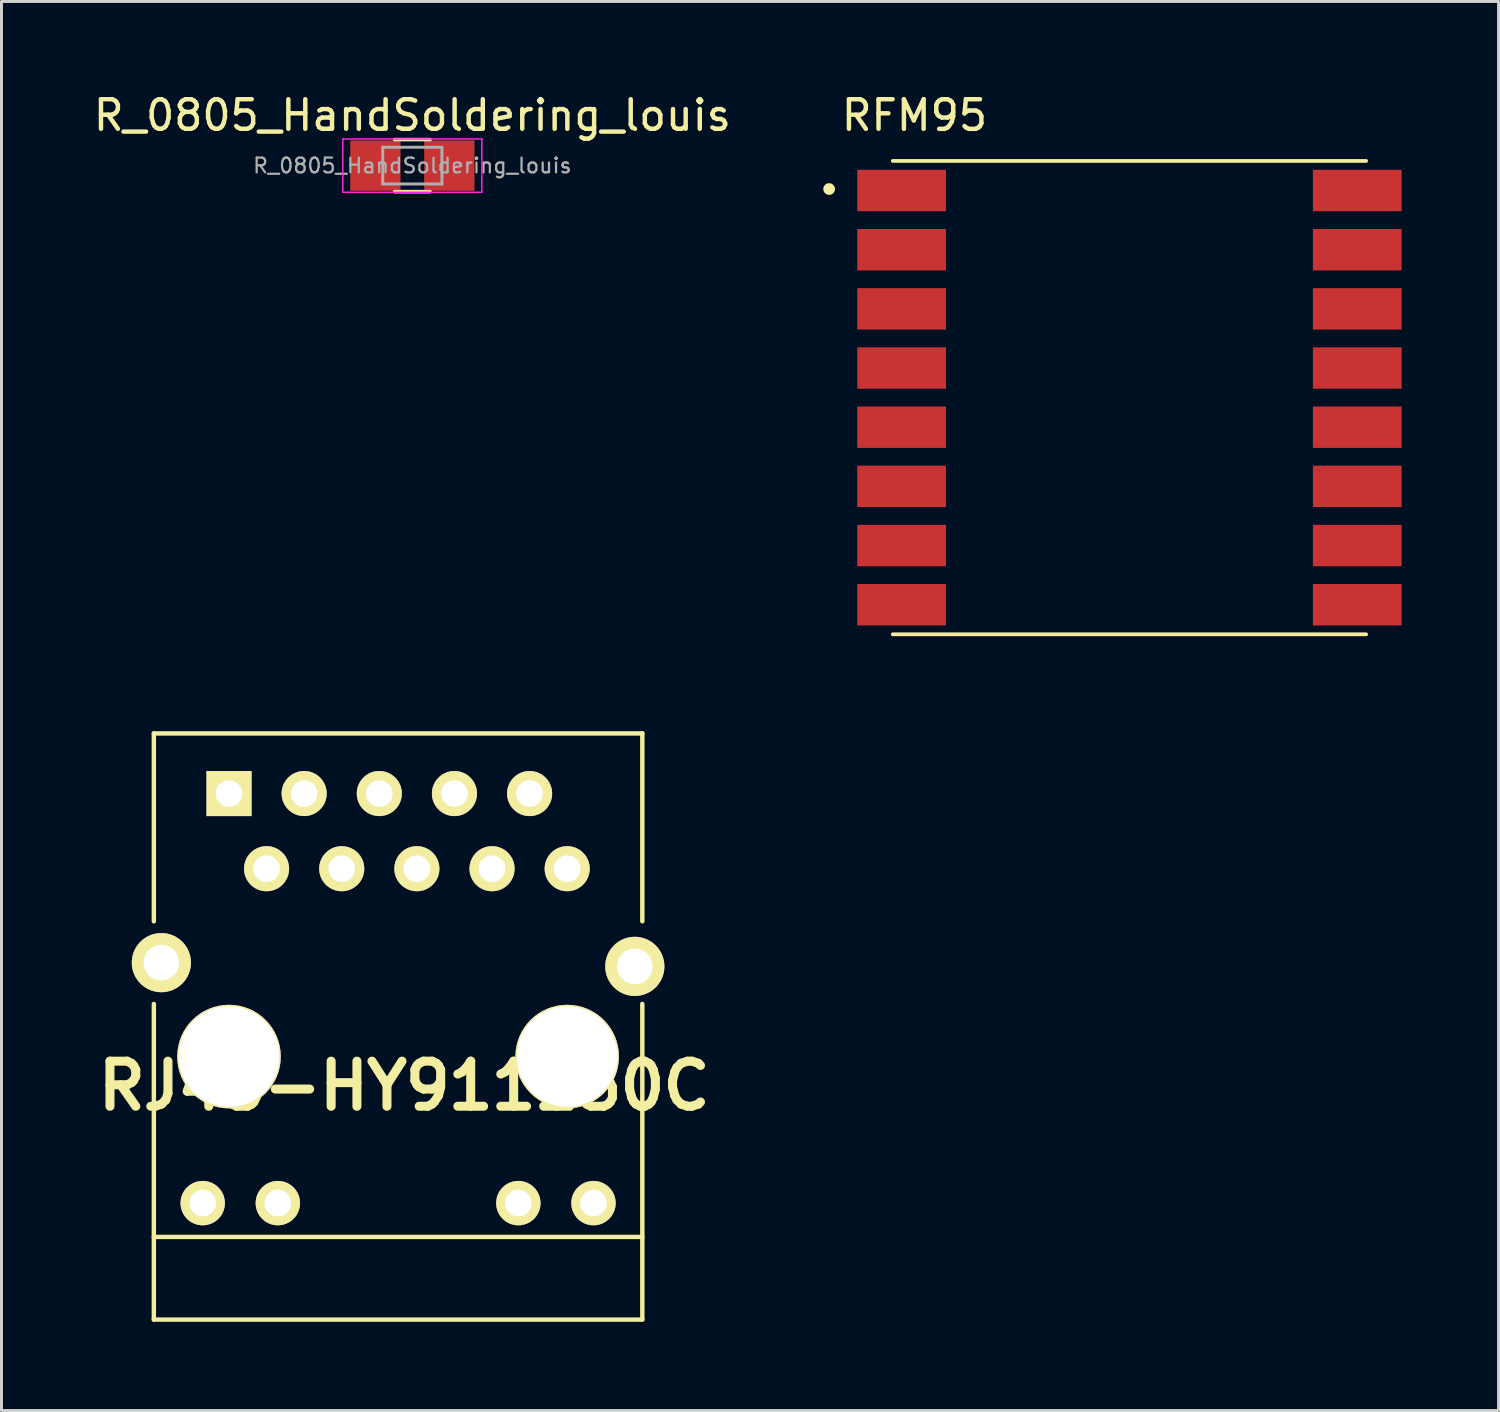
<source format=kicad_pcb>
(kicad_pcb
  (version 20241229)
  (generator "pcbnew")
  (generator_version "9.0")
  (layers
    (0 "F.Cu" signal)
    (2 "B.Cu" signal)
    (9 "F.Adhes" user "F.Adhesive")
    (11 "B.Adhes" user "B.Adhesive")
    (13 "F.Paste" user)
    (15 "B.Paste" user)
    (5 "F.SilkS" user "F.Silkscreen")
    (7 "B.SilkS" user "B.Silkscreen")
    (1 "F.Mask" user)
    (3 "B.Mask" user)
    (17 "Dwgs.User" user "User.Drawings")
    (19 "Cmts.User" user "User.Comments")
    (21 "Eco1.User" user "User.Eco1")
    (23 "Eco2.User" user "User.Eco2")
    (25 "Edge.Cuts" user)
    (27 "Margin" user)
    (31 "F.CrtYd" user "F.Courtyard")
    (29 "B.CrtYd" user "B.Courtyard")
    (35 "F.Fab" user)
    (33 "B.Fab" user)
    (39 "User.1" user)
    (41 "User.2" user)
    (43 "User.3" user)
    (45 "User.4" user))
  (footprint "RJ45-HY911130C"
    (layer "F.Cu")
    (at 10.405 32.661)
    (property "Reference" "RJ45-HY911130C" (at 0.205 0.99 0) (layer "F.SilkS") (effects (font (size 1.524 1.524) (thickness 0.305))))
    (attr through_hole)
    (fp_line (start -8.255 -10.922) (end 8.255 -10.922) (stroke (width 0.15) (type solid)) (layer "F.SilkS"))
    (fp_line (start -8.255 -4.572) (end -8.255 -10.922) (stroke (width 0.15) (type solid)) (layer "F.SilkS"))
    (fp_line (start -8.255 6.096) (end 8.255 6.096) (stroke (width 0.15) (type solid)) (layer "F.SilkS"))
    (fp_line (start -8.255 8.89) (end -8.255 -1.778) (stroke (width 0.15) (type solid)) (layer "F.SilkS"))
    (fp_line (start 8.255 -10.922) (end 8.255 -4.572) (stroke (width 0.15) (type solid)) (layer "F.SilkS"))
    (fp_line (start 8.255 -1.778) (end 8.255 8.89) (stroke (width 0.15) (type solid)) (layer "F.SilkS"))
    (fp_line (start 8.255 8.89) (end -8.255 8.89) (stroke (width 0.15) (type solid)) (layer "F.SilkS"))
    (pad "" thru_hole circle (at -5.715 0) (size 3.5 3.5) (drill 3.4) (layers "*.Cu" "*.Mask" "F.SilkS"))
    (pad "" thru_hole circle (at 5.715 0) (size 3.5 3.5) (drill 3.4) (layers "*.Cu" "*.Mask" "F.SilkS"))
    (pad "1" thru_hole rect (at -5.715 -8.89) (size 1.524 1.524) (drill 0.9) (layers "*.Cu" "*.Mask" "F.SilkS"))
    (pad "2" thru_hole circle (at -4.445 -6.35) (size 1.524 1.524) (drill 0.9) (layers "*.Cu" "*.Mask" "F.SilkS"))
    (pad "3" thru_hole circle (at -3.175 -8.89) (size 1.524 1.524) (drill 0.9) (layers "*.Cu" "*.Mask" "F.SilkS"))
    (pad "4" thru_hole circle (at -1.905 -6.35) (size 1.524 1.524) (drill 0.9) (layers "*.Cu" "*.Mask" "F.SilkS"))
    (pad "5" thru_hole circle (at -0.635 -8.89) (size 1.524 1.524) (drill 0.9) (layers "*.Cu" "*.Mask" "F.SilkS"))
    (pad "6" thru_hole circle (at 0.635 -6.35) (size 1.524 1.524) (drill 0.9) (layers "*.Cu" "*.Mask" "F.SilkS"))
    (pad "7" thru_hole circle (at 1.905 -8.89) (size 1.524 1.524) (drill 0.9) (layers "*.Cu" "*.Mask" "F.SilkS"))
    (pad "8" thru_hole circle (at 3.175 -6.35) (size 1.524 1.524) (drill 0.9) (layers "*.Cu" "*.Mask" "F.SilkS"))
    (pad "9" thru_hole circle (at 4.445 -8.89) (size 1.524 1.524) (drill 0.9) (layers "*.Cu" "*.Mask" "F.SilkS"))
    (pad "10" thru_hole circle (at 5.715 -6.35) (size 1.524 1.524) (drill 0.9) (layers "*.Cu" "*.Mask" "F.SilkS"))
    (pad "11" thru_hole circle (at -6.604 4.953) (size 1.5 1.5) (drill 0.9) (layers "*.Cu" "*.Mask" "F.SilkS"))
    (pad "12" thru_hole circle (at -4.064 4.953) (size 1.5 1.5) (drill 0.9) (layers "*.Cu" "*.Mask" "F.SilkS"))
    (pad "13" thru_hole circle (at 4.064 4.953) (size 1.5 1.5) (drill 0.9) (layers "*.Cu" "*.Mask" "F.SilkS"))
    (pad "14" thru_hole circle (at 6.604 4.953) (size 1.5 1.5) (drill 0.9) (layers "*.Cu" "*.Mask" "F.SilkS"))
    (pad "15" thru_hole circle (at -8.001 -3.175) (size 2 2) (drill 1.2) (layers "*.Cu" "*.Mask" "F.SilkS"))
    (pad "15" thru_hole circle (at 8.001 -3.048) (size 2 2) (drill 1.2) (layers "*.Cu" "*.Mask" "F.SilkS")))
  (footprint "R_0805_HandSoldering_louis"
    (layer "F.Cu")
    (at 10.887 2.548)
    (property "Reference" "R_0805_HandSoldering_louis" (at 0 -1.7 0) (layer "F.SilkS") (effects (font (size 1 1) (thickness 0.15))))
    (attr smd)
    (fp_line (start -0.6 -0.88) (end 0.6 -0.88) (stroke (width 0.12) (type solid)) (layer "F.SilkS"))
    (fp_line (start 0.6 0.88) (end -0.6 0.88) (stroke (width 0.12) (type solid)) (layer "F.SilkS"))
    (fp_line (start -2.35 -0.9) (end -2.35 0.9) (stroke (width 0.05) (type solid)) (layer "F.CrtYd"))
    (fp_line (start -2.35 -0.9) (end 2.35 -0.9) (stroke (width 0.05) (type solid)) (layer "F.CrtYd"))
    (fp_line (start 2.35 0.9) (end -2.35 0.9) (stroke (width 0.05) (type solid)) (layer "F.CrtYd"))
    (fp_line (start 2.35 0.9) (end 2.35 -0.9) (stroke (width 0.05) (type solid)) (layer "F.CrtYd"))
    (fp_line (start -1 -0.62) (end 1 -0.62) (stroke (width 0.1) (type solid)) (layer "F.Fab"))
    (fp_line (start -1 0.62) (end -1 -0.62) (stroke (width 0.1) (type solid)) (layer "F.Fab"))
    (fp_line (start 1 -0.62) (end 1 0.62) (stroke (width 0.1) (type solid)) (layer "F.Fab"))
    (fp_line (start 1 0.62) (end -1 0.62) (stroke (width 0.1) (type solid)) (layer "F.Fab"))
    (fp_text user "${REFERENCE}" (at 0 0 0) (layer "F.Fab") (effects (font (size 0.5 0.5) (thickness 0.075))))
    (pad "1" smd rect (at -1.25 0) (size 1.7 1.7) (layers "F.Cu" "F.Mask" "F.Paste"))
    (pad "2" smd rect (at 1.25 0) (size 1.7 1.7) (layers "F.Cu" "F.Mask" "F.Paste")))
  (footprint "RFM95"
    (layer "F.Cu")
    (at 35.124 10.389)
    (property "Reference" "RFM95" (at -7.266 -9.54 0) (layer "F.SilkS") (effects (font (size 1 1) (thickness 0.15))))
    (attr smd)
    (fp_line (start -8 -8) (end 8 -8) (stroke (width 0.127) (type solid)) (layer "F.SilkS"))
    (fp_line (start -8 8) (end 8 8) (stroke (width 0.127) (type solid)) (layer "F.SilkS"))
    (fp_circle (center -10.15 -7.05) (end -10.05 -7.05) (stroke (width 0.2) (type solid)) (fill no) (layer "F.SilkS"))
    (fp_line (start -9.45 -7.95) (end -8.25 -7.95) (stroke (width 0.05) (type solid)) (layer "Eco1.User"))
    (fp_line (start -9.45 7.95) (end -9.45 -7.95) (stroke (width 0.05) (type solid)) (layer "Eco1.User"))
    (fp_line (start -8.25 -8.25) (end 8.25 -8.25) (stroke (width 0.05) (type solid)) (layer "Eco1.User"))
    (fp_line (start -8.25 -7.95) (end -8.25 -8.25) (stroke (width 0.05) (type solid)) (layer "Eco1.User"))
    (fp_line (start -8.25 7.95) (end -9.45 7.95) (stroke (width 0.05) (type solid)) (layer "Eco1.User"))
    (fp_line (start -8.25 8.25) (end -8.25 7.95) (stroke (width 0.05) (type solid)) (layer "Eco1.User"))
    (fp_line (start 8.25 -8.25) (end 8.25 -7.95) (stroke (width 0.05) (type solid)) (layer "Eco1.User"))
    (fp_line (start 8.25 -7.95) (end 9.45 -7.95) (stroke (width 0.05) (type solid)) (layer "Eco1.User"))
    (fp_line (start 8.25 7.95) (end 8.25 8.25) (stroke (width 0.05) (type solid)) (layer "Eco1.User"))
    (fp_line (start 8.25 8.25) (end -8.25 8.25) (stroke (width 0.05) (type solid)) (layer "Eco1.User"))
    (fp_line (start 9.45 -7.95) (end 9.45 7.95) (stroke (width 0.05) (type solid)) (layer "Eco1.User"))
    (fp_line (start 9.45 7.95) (end 8.25 7.95) (stroke (width 0.05) (type solid)) (layer "Eco1.User"))
    (fp_line (start -8 -8) (end 8 -8) (stroke (width 0.127) (type solid)) (layer "Eco2.User"))
    (fp_line (start -8 8) (end -8 -8) (stroke (width 0.127) (type solid)) (layer "Eco2.User"))
    (fp_line (start 8 -8) (end 8 8) (stroke (width 0.127) (type solid)) (layer "Eco2.User"))
    (fp_line (start 8 8) (end -8 8) (stroke (width 0.127) (type solid)) (layer "Eco2.User"))
    (fp_circle (center -10.15 -7.05) (end -10.05 -7.05) (stroke (width 0.2) (type solid)) (fill no) (layer "Eco2.User"))
    (pad "1" smd rect (at -7.7 -7) (size 3 1.4) (layers "F.Cu" "F.Mask" "F.Paste"))
    (pad "2" smd rect (at -7.7 -5) (size 3 1.4) (layers "F.Cu" "F.Mask" "F.Paste"))
    (pad "3" smd rect (at -7.7 -3) (size 3 1.4) (layers "F.Cu" "F.Mask" "F.Paste"))
    (pad "4" smd rect (at -7.7 -1) (size 3 1.4) (layers "F.Cu" "F.Mask" "F.Paste"))
    (pad "5" smd rect (at -7.7 1) (size 3 1.4) (layers "F.Cu" "F.Mask" "F.Paste"))
    (pad "6" smd rect (at -7.7 3) (size 3 1.4) (layers "F.Cu" "F.Mask" "F.Paste"))
    (pad "7" smd rect (at -7.7 5) (size 3 1.4) (layers "F.Cu" "F.Mask" "F.Paste"))
    (pad "8" smd rect (at -7.7 7) (size 3 1.4) (layers "F.Cu" "F.Mask" "F.Paste"))
    (pad "9" smd rect (at 7.7 7) (size 3 1.4) (layers "F.Cu" "F.Mask" "F.Paste"))
    (pad "10" smd rect (at 7.7 5) (size 3 1.4) (layers "F.Cu" "F.Mask" "F.Paste"))
    (pad "11" smd rect (at 7.7 3) (size 3 1.4) (layers "F.Cu" "F.Mask" "F.Paste"))
    (pad "12" smd rect (at 7.7 1) (size 3 1.4) (layers "F.Cu" "F.Mask" "F.Paste"))
    (pad "13" smd rect (at 7.7 -1) (size 3 1.4) (layers "F.Cu" "F.Mask" "F.Paste"))
    (pad "14" smd rect (at 7.7 -3) (size 3 1.4) (layers "F.Cu" "F.Mask" "F.Paste"))
    (pad "15" smd rect (at 7.7 -5) (size 3 1.4) (layers "F.Cu" "F.Mask" "F.Paste"))
    (pad "16" smd rect (at 7.7 -7) (size 3 1.4) (layers "F.Cu" "F.Mask" "F.Paste")))
  (gr_rect
    (start -3 -3)
    (end 47.599 44.626)
    (stroke (width 0.1) (type default))
    (fill no)
    (layer "Edge.Cuts")))
</source>
